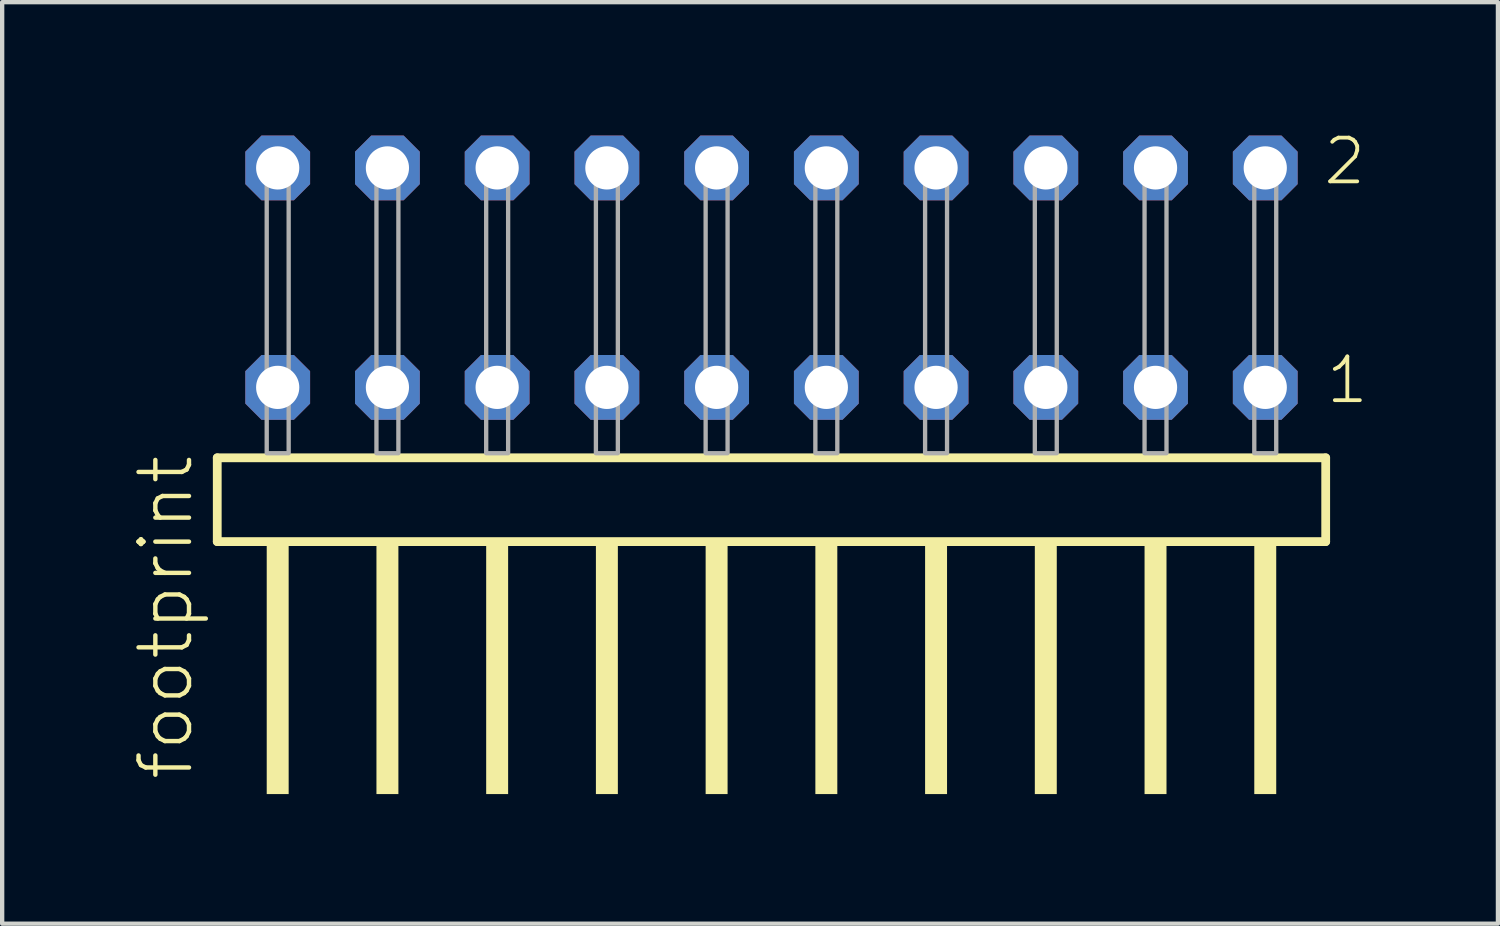
<source format=kicad_pcb>
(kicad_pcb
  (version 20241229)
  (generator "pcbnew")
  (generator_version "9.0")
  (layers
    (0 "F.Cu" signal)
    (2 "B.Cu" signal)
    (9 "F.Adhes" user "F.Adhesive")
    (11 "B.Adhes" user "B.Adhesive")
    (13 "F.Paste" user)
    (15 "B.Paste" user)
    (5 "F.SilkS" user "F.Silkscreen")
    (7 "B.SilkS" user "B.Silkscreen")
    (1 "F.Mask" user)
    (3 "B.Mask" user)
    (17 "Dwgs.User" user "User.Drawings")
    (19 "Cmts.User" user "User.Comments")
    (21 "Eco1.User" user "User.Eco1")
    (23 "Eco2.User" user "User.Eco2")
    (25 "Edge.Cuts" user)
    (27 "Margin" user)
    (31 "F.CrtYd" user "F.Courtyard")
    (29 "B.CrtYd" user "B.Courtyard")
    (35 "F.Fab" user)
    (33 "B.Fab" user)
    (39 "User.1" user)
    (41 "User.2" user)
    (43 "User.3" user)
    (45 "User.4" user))
  (footprint "footprint"
    (layer "F.Cu")
    (at 14.808 7.441)
    (property "Reference" "footprint" (at -13.335 7.62 90) (layer "F.SilkS") (effects (font (size 1.168 1.168) (thickness 0.102)) (justify left bottom)))
    (fp_line (start -12.829 0.106) (end -12.829 2.046) (stroke (width 0.203) (type solid)) (layer "F.SilkS"))
    (fp_line (start -12.829 2.046) (end 12.829 2.046) (stroke (width 0.203) (type solid)) (layer "F.SilkS"))
    (fp_line (start 12.829 0.106) (end -12.829 0.106) (stroke (width 0.203) (type solid)) (layer "F.SilkS"))
    (fp_line (start 12.829 2.046) (end 12.829 0.106) (stroke (width 0.203) (type solid)) (layer "F.SilkS"))
    (fp_poly (pts (xy -11.684 7.89) (xy -11.176 7.89) (xy -11.176 2.04) (xy -11.684 2.04)) (stroke (width 0) (type solid)) (fill yes) (layer "F.SilkS"))
    (fp_poly (pts (xy -9.144 7.89) (xy -8.636 7.89) (xy -8.636 2.04) (xy -9.144 2.04)) (stroke (width 0) (type solid)) (fill yes) (layer "F.SilkS"))
    (fp_poly (pts (xy -6.604 7.89) (xy -6.096 7.89) (xy -6.096 2.04) (xy -6.604 2.04)) (stroke (width 0) (type solid)) (fill yes) (layer "F.SilkS"))
    (fp_poly (pts (xy -4.064 7.89) (xy -3.556 7.89) (xy -3.556 2.04) (xy -4.064 2.04)) (stroke (width 0) (type solid)) (fill yes) (layer "F.SilkS"))
    (fp_poly (pts (xy -1.524 7.89) (xy -1.016 7.89) (xy -1.016 2.04) (xy -1.524 2.04)) (stroke (width 0) (type solid)) (fill yes) (layer "F.SilkS"))
    (fp_poly (pts (xy 1.016 7.89) (xy 1.524 7.89) (xy 1.524 2.04) (xy 1.016 2.04)) (stroke (width 0) (type solid)) (fill yes) (layer "F.SilkS"))
    (fp_poly (pts (xy 3.556 7.89) (xy 4.064 7.89) (xy 4.064 2.04) (xy 3.556 2.04)) (stroke (width 0) (type solid)) (fill yes) (layer "F.SilkS"))
    (fp_poly (pts (xy 6.096 7.89) (xy 6.604 7.89) (xy 6.604 2.04) (xy 6.096 2.04)) (stroke (width 0) (type solid)) (fill yes) (layer "F.SilkS"))
    (fp_poly (pts (xy 8.636 7.89) (xy 9.144 7.89) (xy 9.144 2.04) (xy 8.636 2.04)) (stroke (width 0) (type solid)) (fill yes) (layer "F.SilkS"))
    (fp_poly (pts (xy 11.176 7.89) (xy 11.684 7.89) (xy 11.684 2.04) (xy 11.176 2.04)) (stroke (width 0) (type solid)) (fill yes) (layer "F.SilkS"))
    (fp_poly (pts (xy -11.684 0) (xy -11.176 0) (xy -11.176 -6.858) (xy -11.684 -6.858)) (stroke (width 0.1) (type solid)) (fill no) (layer "F.Fab"))
    (fp_poly (pts (xy -9.144 0) (xy -8.636 0) (xy -8.636 -6.858) (xy -9.144 -6.858)) (stroke (width 0.1) (type solid)) (fill no) (layer "F.Fab"))
    (fp_poly (pts (xy -6.604 0) (xy -6.096 0) (xy -6.096 -6.858) (xy -6.604 -6.858)) (stroke (width 0.1) (type solid)) (fill no) (layer "F.Fab"))
    (fp_poly (pts (xy -4.064 0) (xy -3.556 0) (xy -3.556 -6.858) (xy -4.064 -6.858)) (stroke (width 0.1) (type solid)) (fill no) (layer "F.Fab"))
    (fp_poly (pts (xy -1.524 0) (xy -1.016 0) (xy -1.016 -6.858) (xy -1.524 -6.858)) (stroke (width 0.1) (type solid)) (fill no) (layer "F.Fab"))
    (fp_poly (pts (xy 1.016 0) (xy 1.524 0) (xy 1.524 -6.858) (xy 1.016 -6.858)) (stroke (width 0.1) (type solid)) (fill no) (layer "F.Fab"))
    (fp_poly (pts (xy 3.556 0) (xy 4.064 0) (xy 4.064 -6.858) (xy 3.556 -6.858)) (stroke (width 0.1) (type solid)) (fill no) (layer "F.Fab"))
    (fp_poly (pts (xy 6.096 0) (xy 6.604 0) (xy 6.604 -6.858) (xy 6.096 -6.858)) (stroke (width 0.1) (type solid)) (fill no) (layer "F.Fab"))
    (fp_poly (pts (xy 8.636 0) (xy 9.144 0) (xy 9.144 -6.858) (xy 8.636 -6.858)) (stroke (width 0.1) (type solid)) (fill no) (layer "F.Fab"))
    (fp_poly (pts (xy 11.176 0) (xy 11.684 0) (xy 11.684 -6.858) (xy 11.176 -6.858)) (stroke (width 0.1) (type solid)) (fill no) (layer "F.Fab"))
    (fp_text user "1" (at 12.79 -1.1 0) (layer "F.SilkS") (effects (font (size 1.012 1.012) (thickness 0.088)) (justify left bottom)))
    (fp_text user "2" (at 12.73 -6.165 0) (layer "F.SilkS") (effects (font (size 1.012 1.012) (thickness 0.088)) (justify left bottom)))
    (pad "1" thru_hole roundrect (at 11.43 -1.524 180) (size 1.5 1.5) (drill 1) (layers "*.Cu" "*.Mask") (roundrect_rratio 0.25) (chamfer_ratio 0.25) (chamfer top_left top_right bottom_left bottom_right))
    (pad "2" thru_hole roundrect (at 11.43 -6.604 180) (size 1.5 1.5) (drill 1) (layers "*.Cu" "*.Mask") (roundrect_rratio 0.25) (chamfer_ratio 0.25) (chamfer top_left top_right bottom_left bottom_right))
    (pad "3" thru_hole roundrect (at 8.89 -1.524 180) (size 1.5 1.5) (drill 1) (layers "*.Cu" "*.Mask") (roundrect_rratio 0.25) (chamfer_ratio 0.25) (chamfer top_left top_right bottom_left bottom_right))
    (pad "4" thru_hole roundrect (at 8.89 -6.604 180) (size 1.5 1.5) (drill 1) (layers "*.Cu" "*.Mask") (roundrect_rratio 0.25) (chamfer_ratio 0.25) (chamfer top_left top_right bottom_left bottom_right))
    (pad "5" thru_hole roundrect (at 6.35 -1.524 180) (size 1.5 1.5) (drill 1) (layers "*.Cu" "*.Mask") (roundrect_rratio 0.25) (chamfer_ratio 0.25) (chamfer top_left top_right bottom_left bottom_right))
    (pad "6" thru_hole roundrect (at 6.35 -6.604 180) (size 1.5 1.5) (drill 1) (layers "*.Cu" "*.Mask") (roundrect_rratio 0.25) (chamfer_ratio 0.25) (chamfer top_left top_right bottom_left bottom_right))
    (pad "7" thru_hole roundrect (at 3.81 -1.524 180) (size 1.5 1.5) (drill 1) (layers "*.Cu" "*.Mask") (roundrect_rratio 0.25) (chamfer_ratio 0.25) (chamfer top_left top_right bottom_left bottom_right))
    (pad "8" thru_hole roundrect (at 3.81 -6.604 180) (size 1.5 1.5) (drill 1) (layers "*.Cu" "*.Mask") (roundrect_rratio 0.25) (chamfer_ratio 0.25) (chamfer top_left top_right bottom_left bottom_right))
    (pad "9" thru_hole roundrect (at 1.27 -1.524 180) (size 1.5 1.5) (drill 1) (layers "*.Cu" "*.Mask") (roundrect_rratio 0.25) (chamfer_ratio 0.25) (chamfer top_left top_right bottom_left bottom_right))
    (pad "10" thru_hole roundrect (at 1.27 -6.604 180) (size 1.5 1.5) (drill 1) (layers "*.Cu" "*.Mask") (roundrect_rratio 0.25) (chamfer_ratio 0.25) (chamfer top_left top_right bottom_left bottom_right))
    (pad "11" thru_hole roundrect (at -1.27 -1.524 180) (size 1.5 1.5) (drill 1) (layers "*.Cu" "*.Mask") (roundrect_rratio 0.25) (chamfer_ratio 0.25) (chamfer top_left top_right bottom_left bottom_right))
    (pad "12" thru_hole roundrect (at -1.27 -6.604 180) (size 1.5 1.5) (drill 1) (layers "*.Cu" "*.Mask") (roundrect_rratio 0.25) (chamfer_ratio 0.25) (chamfer top_left top_right bottom_left bottom_right))
    (pad "13" thru_hole roundrect (at -3.81 -1.524 180) (size 1.5 1.5) (drill 1) (layers "*.Cu" "*.Mask") (roundrect_rratio 0.25) (chamfer_ratio 0.25) (chamfer top_left top_right bottom_left bottom_right))
    (pad "14" thru_hole roundrect (at -3.81 -6.604 180) (size 1.5 1.5) (drill 1) (layers "*.Cu" "*.Mask") (roundrect_rratio 0.25) (chamfer_ratio 0.25) (chamfer top_left top_right bottom_left bottom_right))
    (pad "15" thru_hole roundrect (at -6.35 -1.524 180) (size 1.5 1.5) (drill 1) (layers "*.Cu" "*.Mask") (roundrect_rratio 0.25) (chamfer_ratio 0.25) (chamfer top_left top_right bottom_left bottom_right))
    (pad "16" thru_hole roundrect (at -6.35 -6.604 180) (size 1.5 1.5) (drill 1) (layers "*.Cu" "*.Mask") (roundrect_rratio 0.25) (chamfer_ratio 0.25) (chamfer top_left top_right bottom_left bottom_right))
    (pad "17" thru_hole roundrect (at -8.89 -1.524 180) (size 1.5 1.5) (drill 1) (layers "*.Cu" "*.Mask") (roundrect_rratio 0.25) (chamfer_ratio 0.25) (chamfer top_left top_right bottom_left bottom_right))
    (pad "18" thru_hole roundrect (at -8.89 -6.604 180) (size 1.5 1.5) (drill 1) (layers "*.Cu" "*.Mask") (roundrect_rratio 0.25) (chamfer_ratio 0.25) (chamfer top_left top_right bottom_left bottom_right))
    (pad "19" thru_hole roundrect (at -11.43 -1.524 180) (size 1.5 1.5) (drill 1) (layers "*.Cu" "*.Mask") (roundrect_rratio 0.25) (chamfer_ratio 0.25) (chamfer top_left top_right bottom_left bottom_right))
    (pad "20" thru_hole roundrect (at -11.43 -6.604 180) (size 1.5 1.5) (drill 1) (layers "*.Cu" "*.Mask") (roundrect_rratio 0.25) (chamfer_ratio 0.25) (chamfer top_left top_right bottom_left bottom_right)))
  (gr_rect
    (start -3 -3)
    (end 31.624 18.331)
    (stroke (width 0.1) (type default))
    (fill no)
    (layer "Edge.Cuts")))
</source>
